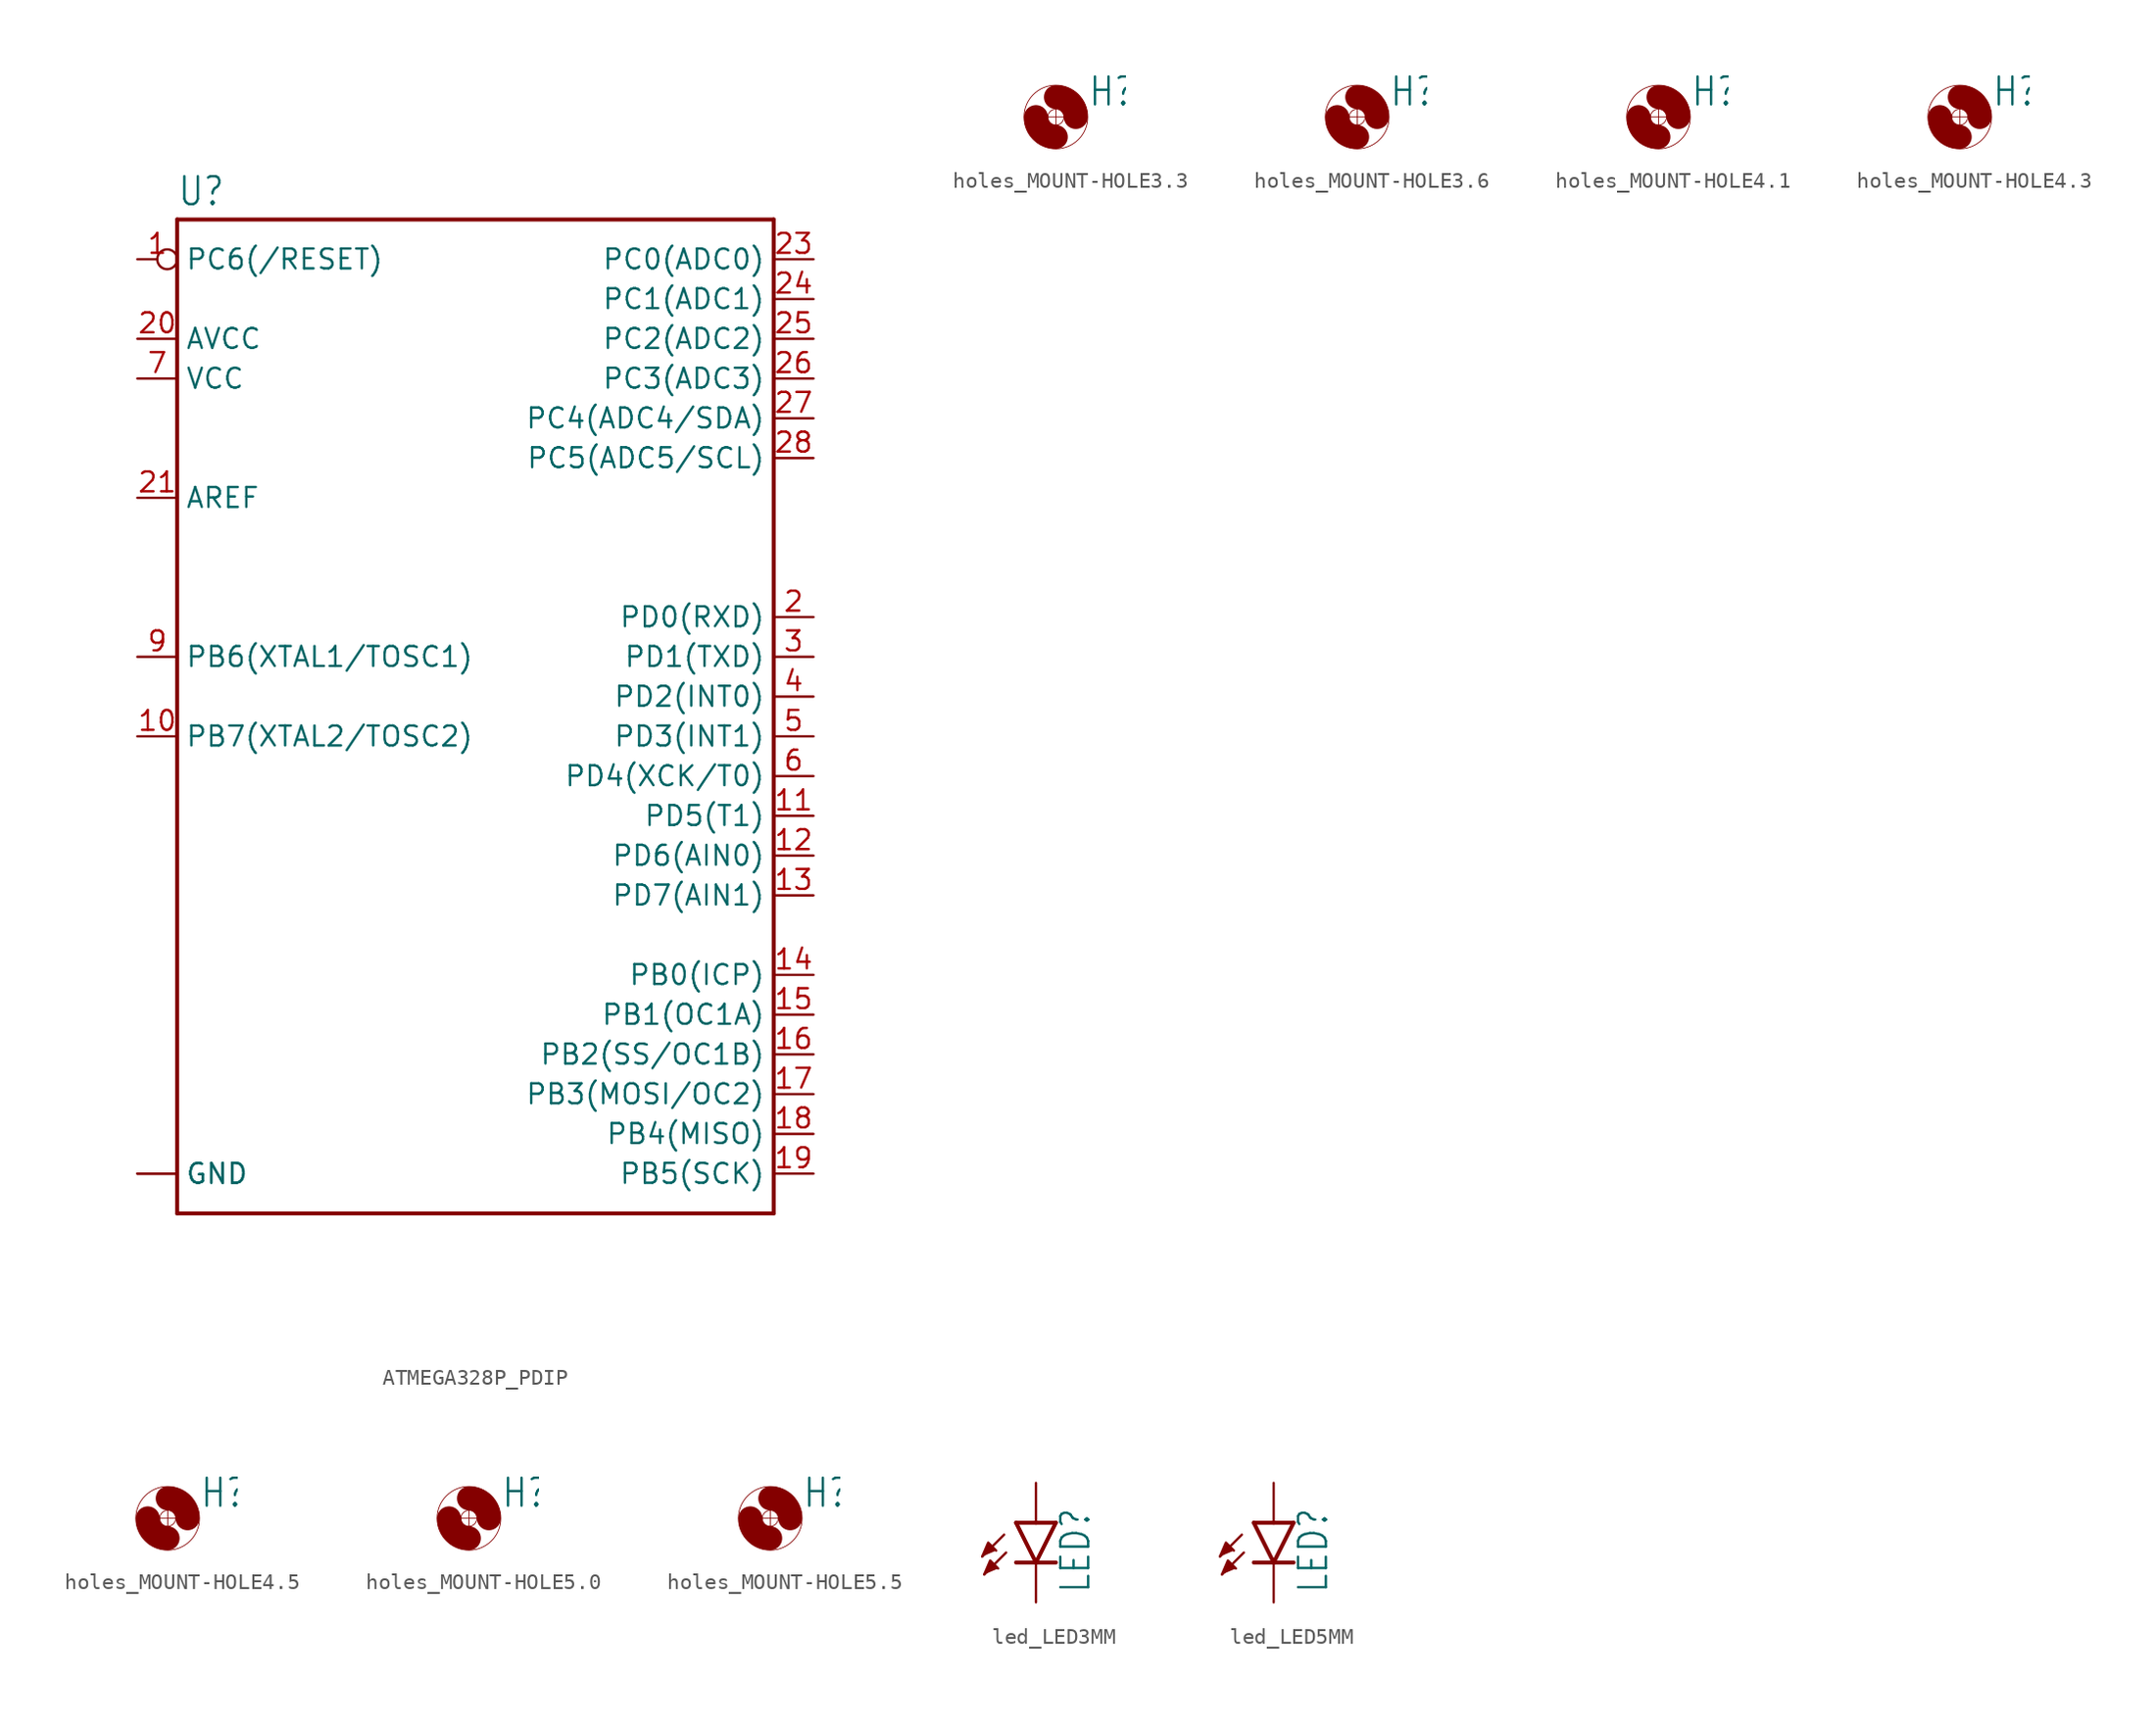
<source format=kicad_sym>
(kicad_symbol_lib
  (version 20231120)
  (generator "kicad_symbol_editor")
  (generator_version "8.0")
  (symbol "ATMEGA328P_PDIP"
    (property "Reference" "U"
      (at -17.78 28.702 0)
      (effects (font (size 1.778 1.511)) (justify left bottom)))
    (property "Value" ""
      (at -17.78 -38.1 0)
      (effects (font (size 1.778 1.511)) (justify left bottom)))
    (property "ki_locked" ""
      (at 0 0 0)
      (effects (font (size 1.27 1.27))))
    (symbol "ATMEGA328P_PDIP_1_0"
      (polyline (pts (xy -17.78 -35.56) (xy -17.78 27.94)) (stroke (width 0.254) (type solid)) (fill (type none)))
      (polyline (pts (xy -17.78 27.94) (xy 20.32 27.94)) (stroke (width 0.254) (type solid)) (fill (type none)))
      (polyline (pts (xy 20.32 -35.56) (xy -17.78 -35.56)) (stroke (width 0.254) (type solid)) (fill (type none)))
      (polyline (pts (xy 20.32 27.94) (xy 20.32 -35.56)) (stroke (width 0.254) (type solid)) (fill (type none)))
      (pin bidirectional inverted (at -20.32 25.4 0) (length 2.54) (name "PC6(/RESET)" (effects (font (size 1.27 1.27)))) (number "1" (effects (font (size 1.27 1.27)))))
      (pin bidirectional line (at -20.32 -5.08 0) (length 2.54) (name "PB7(XTAL2/TOSC2)" (effects (font (size 1.27 1.27)))) (number "10" (effects (font (size 1.27 1.27)))))
      (pin bidirectional line (at 22.86 -10.16 180) (length 2.54) (name "PD5(T1)" (effects (font (size 1.27 1.27)))) (number "11" (effects (font (size 1.27 1.27)))))
      (pin bidirectional line (at 22.86 -12.7 180) (length 2.54) (name "PD6(AIN0)" (effects (font (size 1.27 1.27)))) (number "12" (effects (font (size 1.27 1.27)))))
      (pin bidirectional line (at 22.86 -15.24 180) (length 2.54) (name "PD7(AIN1)" (effects (font (size 1.27 1.27)))) (number "13" (effects (font (size 1.27 1.27)))))
      (pin bidirectional line (at 22.86 -20.32 180) (length 2.54) (name "PB0(ICP)" (effects (font (size 1.27 1.27)))) (number "14" (effects (font (size 1.27 1.27)))))
      (pin bidirectional line (at 22.86 -22.86 180) (length 2.54) (name "PB1(OC1A)" (effects (font (size 1.27 1.27)))) (number "15" (effects (font (size 1.27 1.27)))))
      (pin bidirectional line (at 22.86 -25.4 180) (length 2.54) (name "PB2(SS/OC1B)" (effects (font (size 1.27 1.27)))) (number "16" (effects (font (size 1.27 1.27)))))
      (pin bidirectional line (at 22.86 -27.94 180) (length 2.54) (name "PB3(MOSI/OC2)" (effects (font (size 1.27 1.27)))) (number "17" (effects (font (size 1.27 1.27)))))
      (pin bidirectional line (at 22.86 -30.48 180) (length 2.54) (name "PB4(MISO)" (effects (font (size 1.27 1.27)))) (number "18" (effects (font (size 1.27 1.27)))))
      (pin bidirectional line (at 22.86 -33.02 180) (length 2.54) (name "PB5(SCK)" (effects (font (size 1.27 1.27)))) (number "19" (effects (font (size 1.27 1.27)))))
      (pin bidirectional line (at 22.86 2.54 180) (length 2.54) (name "PD0(RXD)" (effects (font (size 1.27 1.27)))) (number "2" (effects (font (size 1.27 1.27)))))
      (pin bidirectional line (at -20.32 20.32 0) (length 2.54) (name "AVCC" (effects (font (size 1.27 1.27)))) (number "20" (effects (font (size 1.27 1.27)))))
      (pin bidirectional line (at -20.32 10.16 0) (length 2.54) (name "AREF" (effects (font (size 1.27 1.27)))) (number "21" (effects (font (size 1.27 1.27)))))
      (pin bidirectional line (at -20.32 -33.02 0) (length 2.54) (name "GND" (effects (font (size 1.27 1.27)))) (number "22" (effects (font (size 0 0)))))
      (pin bidirectional line (at 22.86 25.4 180) (length 2.54) (name "PC0(ADC0)" (effects (font (size 1.27 1.27)))) (number "23" (effects (font (size 1.27 1.27)))))
      (pin bidirectional line (at 22.86 22.86 180) (length 2.54) (name "PC1(ADC1)" (effects (font (size 1.27 1.27)))) (number "24" (effects (font (size 1.27 1.27)))))
      (pin bidirectional line (at 22.86 20.32 180) (length 2.54) (name "PC2(ADC2)" (effects (font (size 1.27 1.27)))) (number "25" (effects (font (size 1.27 1.27)))))
      (pin bidirectional line (at 22.86 17.78 180) (length 2.54) (name "PC3(ADC3)" (effects (font (size 1.27 1.27)))) (number "26" (effects (font (size 1.27 1.27)))))
      (pin bidirectional line (at 22.86 15.24 180) (length 2.54) (name "PC4(ADC4/SDA)" (effects (font (size 1.27 1.27)))) (number "27" (effects (font (size 1.27 1.27)))))
      (pin bidirectional line (at 22.86 12.7 180) (length 2.54) (name "PC5(ADC5/SCL)" (effects (font (size 1.27 1.27)))) (number "28" (effects (font (size 1.27 1.27)))))
      (pin bidirectional line (at 22.86 0 180) (length 2.54) (name "PD1(TXD)" (effects (font (size 1.27 1.27)))) (number "3" (effects (font (size 1.27 1.27)))))
      (pin bidirectional line (at 22.86 -2.54 180) (length 2.54) (name "PD2(INT0)" (effects (font (size 1.27 1.27)))) (number "4" (effects (font (size 1.27 1.27)))))
      (pin bidirectional line (at 22.86 -5.08 180) (length 2.54) (name "PD3(INT1)" (effects (font (size 1.27 1.27)))) (number "5" (effects (font (size 1.27 1.27)))))
      (pin bidirectional line (at 22.86 -7.62 180) (length 2.54) (name "PD4(XCK/T0)" (effects (font (size 1.27 1.27)))) (number "6" (effects (font (size 1.27 1.27)))))
      (pin bidirectional line (at -20.32 17.78 0) (length 2.54) (name "VCC" (effects (font (size 1.27 1.27)))) (number "7" (effects (font (size 1.27 1.27)))))
      (pin bidirectional line (at -20.32 -33.02 0) (length 2.54) (name "GND" (effects (font (size 1.27 1.27)))) (number "8" (effects (font (size 0 0)))))
      (pin bidirectional line (at -20.32 0 0) (length 2.54) (name "PB6(XTAL1/TOSC1)" (effects (font (size 1.27 1.27)))) (number "9" (effects (font (size 1.27 1.27)))))))
  (symbol "holes_MOUNT-HOLE3.3"
    (property "Reference" "H"
      (at 2.032 0.584 0)
      (effects (font (size 1.778 1.511)) (justify left bottom)))
    (property "Value" ""
      (at 2.032 -2.464 0)
      (effects (font (size 1.778 1.511)) (justify left bottom)))
    (property "ki_locked" ""
      (at 0 0 0)
      (effects (font (size 1.27 1.27))))
    (symbol "holes_MOUNT-HOLE3.3_1_0"
      (arc (start -1.27 0) (mid -0.898 -0.898) (end 0 -1.27) (stroke (width 1.524) (type solid)) (fill (type none)))
      (polyline (pts (xy -0.508 0) (xy 0.508 0)) (stroke (width 0.051) (type solid)) (fill (type none)))
      (polyline (pts (xy 0 0.508) (xy 0 -0.508)) (stroke (width 0.051) (type solid)) (fill (type none)))
      (circle (center 0 0) (radius 0.508) (stroke (width 0.051) (type solid)) (fill (type none)))
      (circle (center 0 0) (radius 2.032) (stroke (width 0.051) (type solid)) (fill (type none)))
      (arc (start 1.27 0) (mid 0.898 0.898) (end 0 1.27) (stroke (width 1.524) (type solid)) (fill (type none)))))
  (symbol "holes_MOUNT-HOLE3.6"
    (property "Reference" "H"
      (at 2.032 0.584 0)
      (effects (font (size 1.778 1.511)) (justify left bottom)))
    (property "Value" ""
      (at 2.032 -2.464 0)
      (effects (font (size 1.778 1.511)) (justify left bottom)))
    (property "ki_locked" ""
      (at 0 0 0)
      (effects (font (size 1.27 1.27))))
    (symbol "holes_MOUNT-HOLE3.6_1_0"
      (arc (start -1.27 0) (mid -0.898 -0.898) (end 0 -1.27) (stroke (width 1.524) (type solid)) (fill (type none)))
      (polyline (pts (xy -0.508 0) (xy 0.508 0)) (stroke (width 0.051) (type solid)) (fill (type none)))
      (polyline (pts (xy 0 0.508) (xy 0 -0.508)) (stroke (width 0.051) (type solid)) (fill (type none)))
      (circle (center 0 0) (radius 0.508) (stroke (width 0.051) (type solid)) (fill (type none)))
      (circle (center 0 0) (radius 2.032) (stroke (width 0.051) (type solid)) (fill (type none)))
      (arc (start 1.27 0) (mid 0.898 0.898) (end 0 1.27) (stroke (width 1.524) (type solid)) (fill (type none)))))
  (symbol "holes_MOUNT-HOLE4.1"
    (property "Reference" "H"
      (at 2.032 0.584 0)
      (effects (font (size 1.778 1.511)) (justify left bottom)))
    (property "Value" ""
      (at 2.032 -2.464 0)
      (effects (font (size 1.778 1.511)) (justify left bottom)))
    (property "ki_locked" ""
      (at 0 0 0)
      (effects (font (size 1.27 1.27))))
    (symbol "holes_MOUNT-HOLE4.1_1_0"
      (arc (start -1.27 0) (mid -0.898 -0.898) (end 0 -1.27) (stroke (width 1.524) (type solid)) (fill (type none)))
      (polyline (pts (xy -0.508 0) (xy 0.508 0)) (stroke (width 0.051) (type solid)) (fill (type none)))
      (polyline (pts (xy 0 0.508) (xy 0 -0.508)) (stroke (width 0.051) (type solid)) (fill (type none)))
      (circle (center 0 0) (radius 0.508) (stroke (width 0.051) (type solid)) (fill (type none)))
      (circle (center 0 0) (radius 2.032) (stroke (width 0.051) (type solid)) (fill (type none)))
      (arc (start 1.27 0) (mid 0.898 0.898) (end 0 1.27) (stroke (width 1.524) (type solid)) (fill (type none)))))
  (symbol "holes_MOUNT-HOLE4.3"
    (property "Reference" "H"
      (at 2.032 0.584 0)
      (effects (font (size 1.778 1.511)) (justify left bottom)))
    (property "Value" ""
      (at 2.032 -2.464 0)
      (effects (font (size 1.778 1.511)) (justify left bottom)))
    (property "ki_locked" ""
      (at 0 0 0)
      (effects (font (size 1.27 1.27))))
    (symbol "holes_MOUNT-HOLE4.3_1_0"
      (arc (start -1.27 0) (mid -0.898 -0.898) (end 0 -1.27) (stroke (width 1.524) (type solid)) (fill (type none)))
      (polyline (pts (xy -0.508 0) (xy 0.508 0)) (stroke (width 0.051) (type solid)) (fill (type none)))
      (polyline (pts (xy 0 0.508) (xy 0 -0.508)) (stroke (width 0.051) (type solid)) (fill (type none)))
      (circle (center 0 0) (radius 0.508) (stroke (width 0.051) (type solid)) (fill (type none)))
      (circle (center 0 0) (radius 2.032) (stroke (width 0.051) (type solid)) (fill (type none)))
      (arc (start 1.27 0) (mid 0.898 0.898) (end 0 1.27) (stroke (width 1.524) (type solid)) (fill (type none)))))
  (symbol "holes_MOUNT-HOLE4.5"
    (property "Reference" "H"
      (at 2.032 0.584 0)
      (effects (font (size 1.778 1.511)) (justify left bottom)))
    (property "Value" ""
      (at 2.032 -2.464 0)
      (effects (font (size 1.778 1.511)) (justify left bottom)))
    (property "ki_locked" ""
      (at 0 0 0)
      (effects (font (size 1.27 1.27))))
    (symbol "holes_MOUNT-HOLE4.5_1_0"
      (arc (start -1.27 0) (mid -0.898 -0.898) (end 0 -1.27) (stroke (width 1.524) (type solid)) (fill (type none)))
      (polyline (pts (xy -0.508 0) (xy 0.508 0)) (stroke (width 0.051) (type solid)) (fill (type none)))
      (polyline (pts (xy 0 0.508) (xy 0 -0.508)) (stroke (width 0.051) (type solid)) (fill (type none)))
      (circle (center 0 0) (radius 0.508) (stroke (width 0.051) (type solid)) (fill (type none)))
      (circle (center 0 0) (radius 2.032) (stroke (width 0.051) (type solid)) (fill (type none)))
      (arc (start 1.27 0) (mid 0.898 0.898) (end 0 1.27) (stroke (width 1.524) (type solid)) (fill (type none)))))
  (symbol "holes_MOUNT-HOLE5.0"
    (property "Reference" "H"
      (at 2.032 0.584 0)
      (effects (font (size 1.778 1.511)) (justify left bottom)))
    (property "Value" ""
      (at 2.032 -2.464 0)
      (effects (font (size 1.778 1.511)) (justify left bottom)))
    (property "ki_locked" ""
      (at 0 0 0)
      (effects (font (size 1.27 1.27))))
    (symbol "holes_MOUNT-HOLE5.0_1_0"
      (arc (start -1.27 0) (mid -0.898 -0.898) (end 0 -1.27) (stroke (width 1.524) (type solid)) (fill (type none)))
      (polyline (pts (xy -0.508 0) (xy 0.508 0)) (stroke (width 0.051) (type solid)) (fill (type none)))
      (polyline (pts (xy 0 0.508) (xy 0 -0.508)) (stroke (width 0.051) (type solid)) (fill (type none)))
      (circle (center 0 0) (radius 0.508) (stroke (width 0.051) (type solid)) (fill (type none)))
      (circle (center 0 0) (radius 2.032) (stroke (width 0.051) (type solid)) (fill (type none)))
      (arc (start 1.27 0) (mid 0.898 0.898) (end 0 1.27) (stroke (width 1.524) (type solid)) (fill (type none)))))
  (symbol "holes_MOUNT-HOLE5.5"
    (property "Reference" "H"
      (at 2.032 0.584 0)
      (effects (font (size 1.778 1.511)) (justify left bottom)))
    (property "Value" ""
      (at 2.032 -2.464 0)
      (effects (font (size 1.778 1.511)) (justify left bottom)))
    (property "ki_locked" ""
      (at 0 0 0)
      (effects (font (size 1.27 1.27))))
    (symbol "holes_MOUNT-HOLE5.5_1_0"
      (arc (start -1.27 0) (mid -0.898 -0.898) (end 0 -1.27) (stroke (width 1.524) (type solid)) (fill (type none)))
      (polyline (pts (xy -0.508 0) (xy 0.508 0)) (stroke (width 0.051) (type solid)) (fill (type none)))
      (polyline (pts (xy 0 0.508) (xy 0 -0.508)) (stroke (width 0.051) (type solid)) (fill (type none)))
      (circle (center 0 0) (radius 0.508) (stroke (width 0.051) (type solid)) (fill (type none)))
      (circle (center 0 0) (radius 2.032) (stroke (width 0.051) (type solid)) (fill (type none)))
      (arc (start 1.27 0) (mid 0.898 0.898) (end 0 1.27) (stroke (width 1.524) (type solid)) (fill (type none)))))
  (symbol "led_LED3MM"
    (property "Reference" "LED"
      (at 3.556 -4.572 90)
      (effects (font (size 1.778 1.511)) (justify left bottom)))
    (property "Value" ""
      (at 5.715 -4.572 90)
      (effects (font (size 1.778 1.511)) (justify left bottom)))
    (property "ki_locked" ""
      (at 0 0 0)
      (effects (font (size 1.27 1.27))))
    (symbol "led_LED3MM_1_0"
      (polyline (pts (xy -2.032 -0.762) (xy -3.429 -2.159)) (stroke (width 0.152) (type solid)) (fill (type none)))
      (polyline (pts (xy -1.905 -1.905) (xy -3.302 -3.302)) (stroke (width 0.152) (type solid)) (fill (type none)))
      (polyline (pts (xy 0 -2.54) (xy -1.27 -2.54)) (stroke (width 0.254) (type solid)) (fill (type none)))
      (polyline (pts (xy 0 -2.54) (xy -1.27 0)) (stroke (width 0.254) (type solid)) (fill (type none)))
      (polyline (pts (xy 0 0) (xy -1.27 0)) (stroke (width 0.254) (type solid)) (fill (type none)))
      (polyline (pts (xy 1.27 -2.54) (xy 0 -2.54)) (stroke (width 0.254) (type solid)) (fill (type none)))
      (polyline (pts (xy 1.27 0) (xy 0 -2.54)) (stroke (width 0.254) (type solid)) (fill (type none)))
      (polyline (pts (xy 1.27 0) (xy 0 0)) (stroke (width 0.254) (type solid)) (fill (type none)))
      (polyline (pts (xy -3.429 -2.159) (xy -3.048 -1.27) (xy -2.54 -1.778)) (stroke (width 0.152) (type solid)) (fill (type outline)))
      (polyline (pts (xy -3.302 -3.302) (xy -2.921 -2.413) (xy -2.413 -2.921)) (stroke (width 0.152) (type solid)) (fill (type outline)))
      (pin passive line (at 0 2.54 270) (length 2.54) (name "A" (effects (font (size 0 0)))) (number "A" (effects (font (size 0 0)))))
      (pin passive line (at 0 -5.08 90) (length 2.54) (name "C" (effects (font (size 0 0)))) (number "K" (effects (font (size 0 0)))))))
  (symbol "led_LED5MM"
    (property "Reference" "LED"
      (at 3.556 -4.572 90)
      (effects (font (size 1.778 1.511)) (justify left bottom)))
    (property "Value" ""
      (at 5.715 -4.572 90)
      (effects (font (size 1.778 1.511)) (justify left bottom)))
    (property "ki_locked" ""
      (at 0 0 0)
      (effects (font (size 1.27 1.27))))
    (symbol "led_LED5MM_1_0"
      (polyline (pts (xy -2.032 -0.762) (xy -3.429 -2.159)) (stroke (width 0.152) (type solid)) (fill (type none)))
      (polyline (pts (xy -1.905 -1.905) (xy -3.302 -3.302)) (stroke (width 0.152) (type solid)) (fill (type none)))
      (polyline (pts (xy 0 -2.54) (xy -1.27 -2.54)) (stroke (width 0.254) (type solid)) (fill (type none)))
      (polyline (pts (xy 0 -2.54) (xy -1.27 0)) (stroke (width 0.254) (type solid)) (fill (type none)))
      (polyline (pts (xy 0 0) (xy -1.27 0)) (stroke (width 0.254) (type solid)) (fill (type none)))
      (polyline (pts (xy 1.27 -2.54) (xy 0 -2.54)) (stroke (width 0.254) (type solid)) (fill (type none)))
      (polyline (pts (xy 1.27 0) (xy 0 -2.54)) (stroke (width 0.254) (type solid)) (fill (type none)))
      (polyline (pts (xy 1.27 0) (xy 0 0)) (stroke (width 0.254) (type solid)) (fill (type none)))
      (polyline (pts (xy -3.429 -2.159) (xy -3.048 -1.27) (xy -2.54 -1.778)) (stroke (width 0.152) (type solid)) (fill (type outline)))
      (polyline (pts (xy -3.302 -3.302) (xy -2.921 -2.413) (xy -2.413 -2.921)) (stroke (width 0.152) (type solid)) (fill (type outline)))
      (pin passive line (at 0 2.54 270) (length 2.54) (name "A" (effects (font (size 0 0)))) (number "A" (effects (font (size 0 0)))))
      (pin passive line (at 0 -5.08 90) (length 2.54) (name "C" (effects (font (size 0 0)))) (number "K" (effects (font (size 0 0))))))))
</source>
